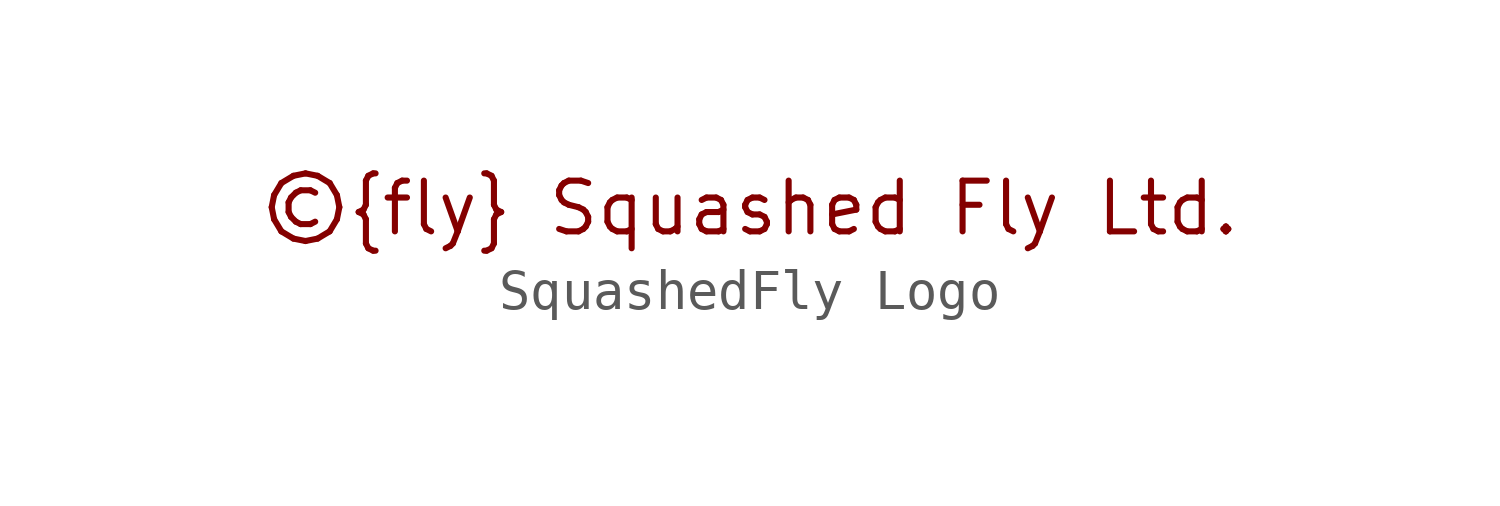
<source format=kicad_sym>
(kicad_symbol_lib
  (version 20211014)
  (generator kicad_symbol_editor)
  (symbol "SquashedFly Logo"
    (pin_numbers hide)
    (pin_names
      (offset 0) hide)
    (property "Reference" "Logo"
      (at 0 2.54 0)
      (effects (font (size 1.27 1.27)) hide))
    (symbol "SquashedFly Logo_0_0"
      (text "©{fly} Squashed Fly Ltd." (at 0 0 0) (effects (font (size 1.27 1.27)))))))
</source>
